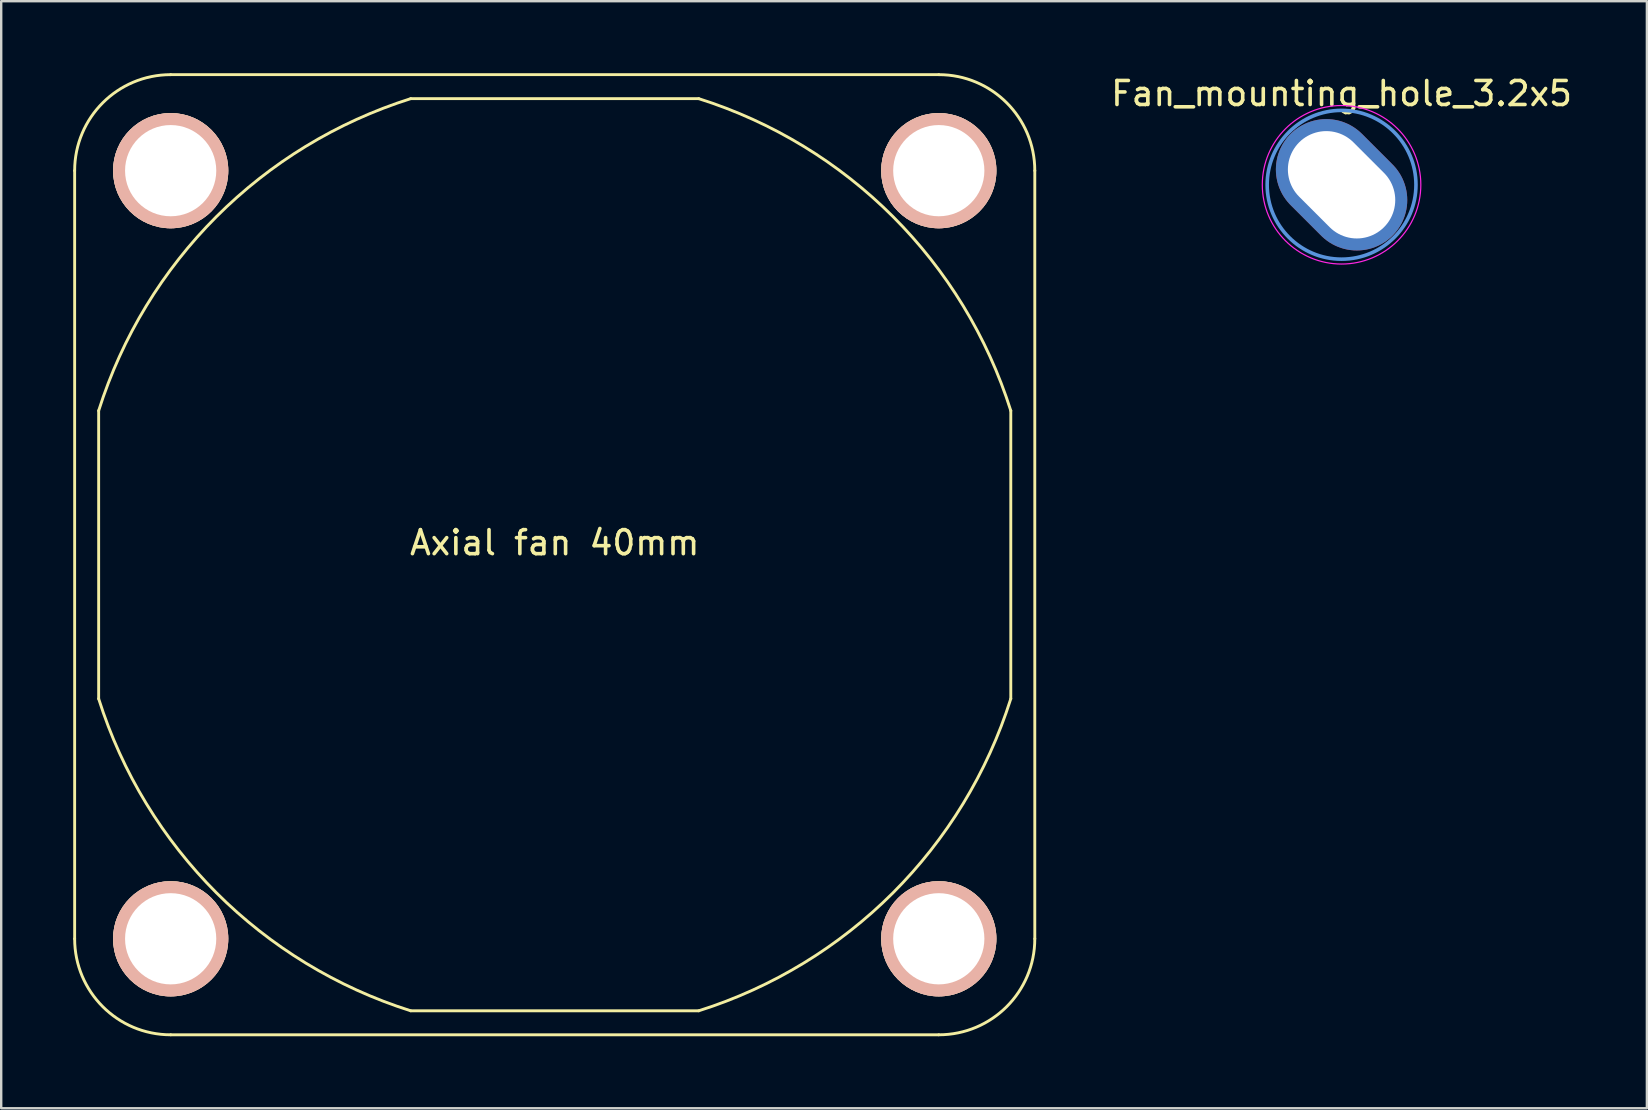
<source format=kicad_pcb>
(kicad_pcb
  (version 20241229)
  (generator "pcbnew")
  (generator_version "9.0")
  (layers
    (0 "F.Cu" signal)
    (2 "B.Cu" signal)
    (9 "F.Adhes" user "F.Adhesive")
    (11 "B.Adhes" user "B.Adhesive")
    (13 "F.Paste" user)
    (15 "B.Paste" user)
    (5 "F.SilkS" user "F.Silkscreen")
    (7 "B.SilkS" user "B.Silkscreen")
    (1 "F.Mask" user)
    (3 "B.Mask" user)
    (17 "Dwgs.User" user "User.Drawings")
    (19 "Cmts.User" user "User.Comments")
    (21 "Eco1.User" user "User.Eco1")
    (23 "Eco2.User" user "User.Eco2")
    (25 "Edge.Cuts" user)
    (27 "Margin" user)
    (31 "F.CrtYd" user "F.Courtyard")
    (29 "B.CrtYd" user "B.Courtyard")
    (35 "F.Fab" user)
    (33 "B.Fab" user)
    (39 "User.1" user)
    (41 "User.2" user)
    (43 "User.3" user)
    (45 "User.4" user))
  (footprint "Axial fan 40mm"
    (layer "F.Cu")
    (at 20.06 20.06)
    (property "Reference" "Axial fan 40mm" (at 0 -0.5 0) (unlocked yes) (layer "F.SilkS") (effects (font (size 1 1) (thickness 0.15))))
    (fp_line (start -20 16) (end -20 -16) (stroke (width 0.12) (type default)) (layer "F.SilkS"))
    (fp_line (start -19 6) (end -19 -6) (stroke (width 0.12) (type default)) (layer "F.SilkS"))
    (fp_line (start -16 -20) (end 16 -20) (stroke (width 0.12) (type default)) (layer "F.SilkS"))
    (fp_line (start -6 -19) (end 6 -19) (stroke (width 0.12) (type default)) (layer "F.SilkS"))
    (fp_line (start 6 19) (end -6 19) (stroke (width 0.12) (type default)) (layer "F.SilkS"))
    (fp_line (start 16 20) (end -16 20) (stroke (width 0.12) (type default)) (layer "F.SilkS"))
    (fp_line (start 19 -6) (end 19 6) (stroke (width 0.12) (type default)) (layer "F.SilkS"))
    (fp_line (start 20 -16) (end 20 16) (stroke (width 0.12) (type default)) (layer "F.SilkS"))
    (fp_arc (start -20 -16) (mid -18.828427 -18.828427) (end -16 -20) (stroke (width 0.12) (type default)) (layer "F.SilkS"))
    (fp_arc (start -18.999999 -6) (mid -14.089002 -14.089002) (end -6 -18.999999) (stroke (width 0.12) (type default)) (layer "F.SilkS"))
    (fp_arc (start -16 20) (mid -18.828427 18.828427) (end -20 16) (stroke (width 0.12) (type default)) (layer "F.SilkS"))
    (fp_arc (start -6 18.999999) (mid -14.089002 14.089002) (end -18.999999 6) (stroke (width 0.12) (type default)) (layer "F.SilkS"))
    (fp_arc (start 6 -18.999999) (mid 14.089002 -14.089002) (end 18.999999 -6) (stroke (width 0.12) (type default)) (layer "F.SilkS"))
    (fp_arc (start 16 -20) (mid 18.828427 -18.828427) (end 20 -16) (stroke (width 0.12) (type default)) (layer "F.SilkS"))
    (fp_arc (start 18.999999 6) (mid 14.089002 14.089002) (end 6 18.999999) (stroke (width 0.12) (type default)) (layer "F.SilkS"))
    (fp_arc (start 20 16) (mid 18.828427 18.828427) (end 16 20) (stroke (width 0.12) (type default)) (layer "F.SilkS"))
    (fp_circle (center -16 16) (end -14.1 16) (stroke (width 0.12) (type default)) (fill no) (layer "F.SilkS"))
    (fp_circle (center 16 -16) (end 17.9 -16) (stroke (width 0.12) (type default)) (fill no) (layer "F.SilkS"))
    (fp_circle (center 16 16) (end 17.9 16) (stroke (width 0.12) (type default)) (fill no) (layer "F.SilkS"))
    (pad "HOLE1" thru_hole circle (at -16 -16) (size 4.8 4.8) (drill 3.8) (layers "*.Cu" "*.SilkS" "*.Mask"))
    (pad "HOLE2" thru_hole circle (at 16 -16) (size 4.8 4.8) (drill 3.8) (layers "*.Cu" "*.SilkS" "*.Mask"))
    (pad "HOLE3" thru_hole circle (at 16 16) (size 4.8 4.8) (drill 3.8) (layers "*.Cu" "*.SilkS" "*.Mask"))
    (pad "HOLE4" thru_hole circle (at -16 16) (size 4.8 4.8) (drill 3.8) (layers "*.Cu" "*.SilkS" "*.Mask")))
  (footprint "Fan_mounting_hole_3.2x5"
    (layer "F.Cu")
    (at 52.84 4.648)
    (property "Reference" "Fan_mounting_hole_3.2x5" (at 0 -3.8 0) (layer "F.SilkS") (effects (font (size 1 1) (thickness 0.15))))
    (attr through_hole exclude_from_pos_files exclude_from_bom)
    (fp_circle (center 0 0) (end 3.099 0.051) (stroke (width 0.15) (type solid)) (fill no) (layer "Cmts.User"))
    (fp_circle (center 0 0) (end 3.302 0) (stroke (width 0.05) (type solid)) (fill no) (layer "F.CrtYd"))
    (pad "1" thru_hole oval (at 0 0 315) (size 6 4.2) (drill oval 5 3.2) (layers "*.Cu" "*.Mask")))
  (gr_rect
    (start -3 -3)
    (end 65.56 43.12)
    (stroke (width 0.1) (type default))
    (fill no)
    (layer "Edge.Cuts")))
</source>
